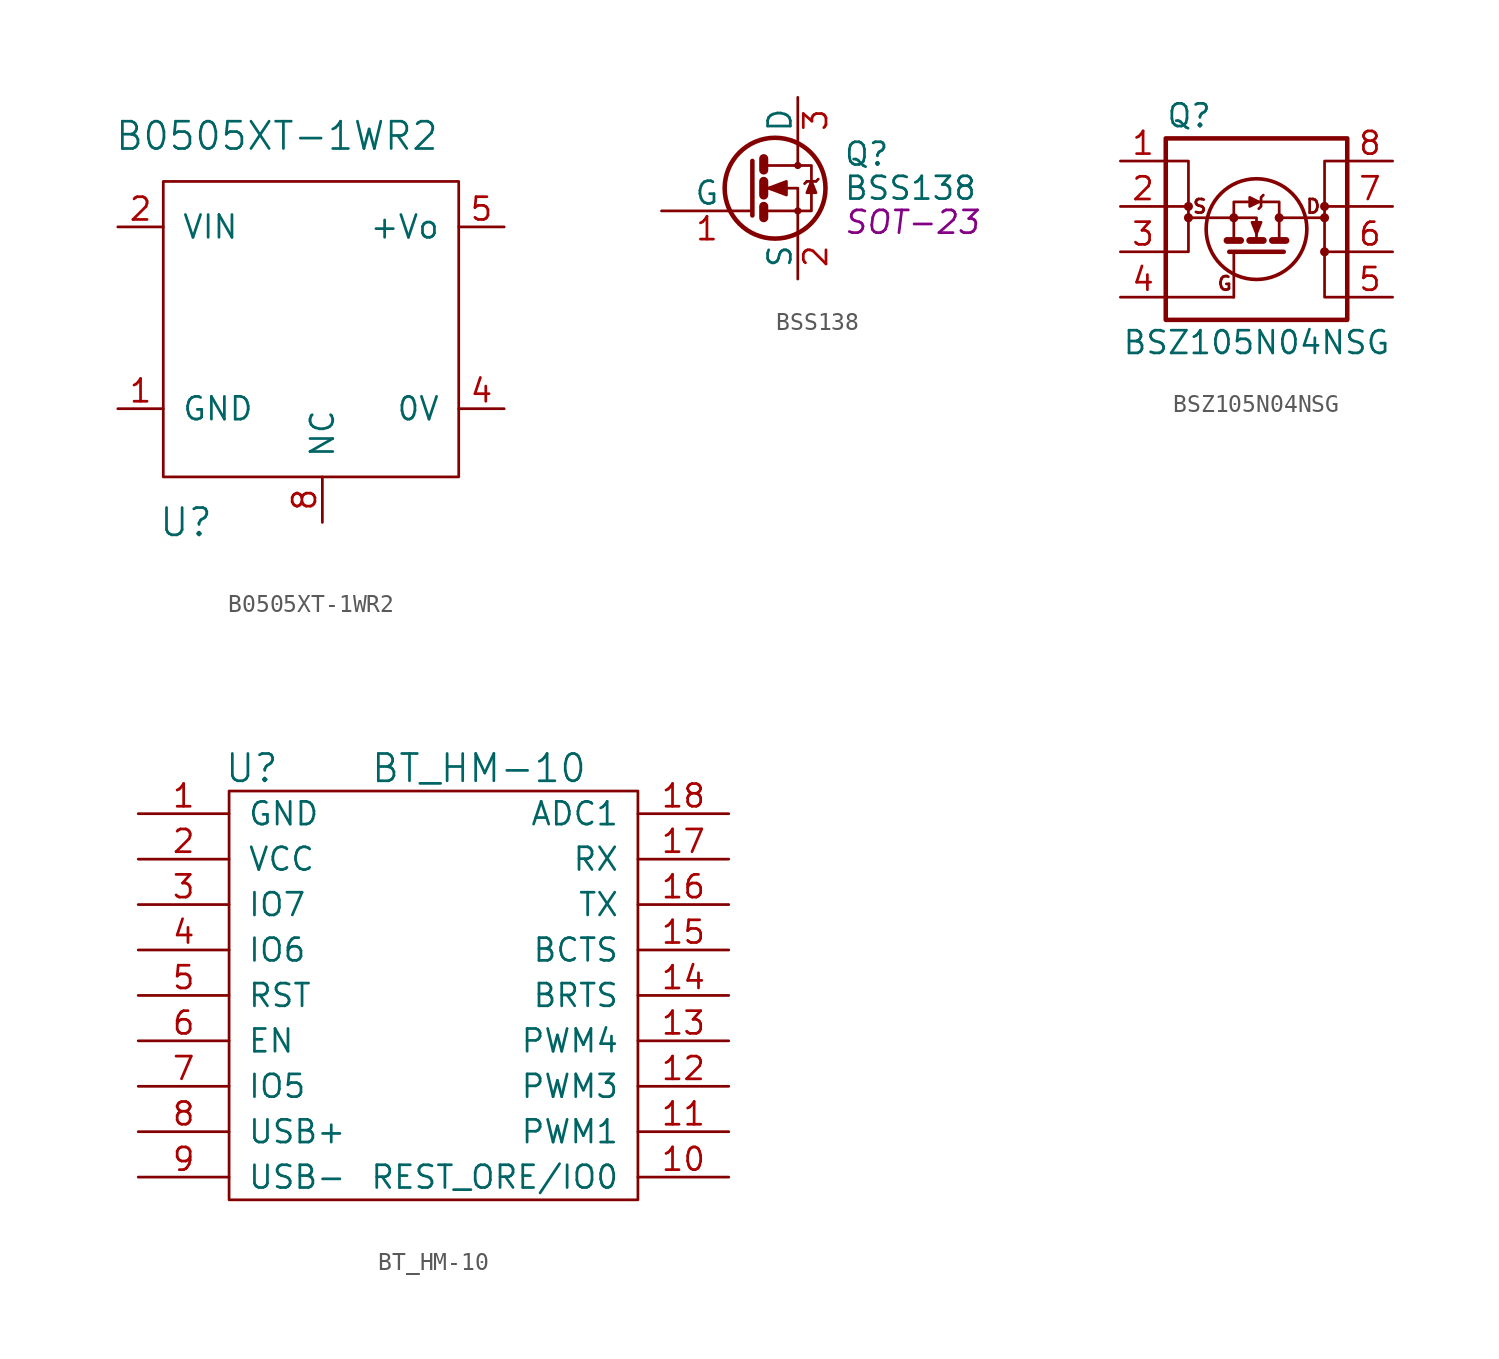
<source format=kicad_sym>
(kicad_symbol_lib
  (version 20220914)
  (generator kicad_symbol_editor)
  (symbol "B0505XT-1WR2"
    (pin_names
      (offset 1.016))
    (property "Reference" "U"
      (at -7.62 -17.78 0)
      (effects (font (size 1.524 1.524))))
    (property "Value" "B0505XT-1WR2"
      (at -2.54 3.81 0)
      (effects (font (size 1.524 1.524))))
    (property "Footprint" ""
      (at 0 1.27 0)
      (effects (font (size 1.524 1.524))))
    (property "Datasheet" ""
      (at 0 1.27 0)
      (effects (font (size 1.524 1.524))))
    (symbol "B0505XT-1WR2_0_1"
      (rectangle (start -8.89 1.27) (end 7.62 -15.24) (stroke (width 0) (type default)) (fill (type none))))
    (symbol "B0505XT-1WR2_1_1"
      (pin input line (at -11.43 -11.43 0) (length 2.54) (name "GND" (effects (font (size 1.27 1.27)))) (number "1" (effects (font (size 1.27 1.27)))))
      (pin input line (at -11.43 -1.27 0) (length 2.54) (name "VIN" (effects (font (size 1.27 1.27)))) (number "2" (effects (font (size 1.27 1.27)))))
      (pin input line (at 10.16 -11.43 180) (length 2.54) (name "0V" (effects (font (size 1.27 1.27)))) (number "4" (effects (font (size 1.27 1.27)))))
      (pin input line (at 10.16 -1.27 180) (length 2.54) (name "+Vo" (effects (font (size 1.27 1.27)))) (number "5" (effects (font (size 1.27 1.27)))))
      (pin input line (at 0 -17.78 90) (length 2.54) (name "NC" (effects (font (size 1.27 1.27)))) (number "8" (effects (font (size 1.27 1.27)))))))
  (symbol "BSS138"
    (pin_names
      (offset 0))
    (property "Reference" "Q"
      (at 2.54 3.175 0)
      (effects (font (size 1.27 1.27)) (justify left)))
    (property "Value" "BSS138"
      (at 2.54 1.27 0)
      (effects (font (size 1.27 1.27)) (justify left)))
    (property "Footprint" "SOT-23"
      (at 2.54 -0.635 0)
      (effects (font (size 1.27 1.27) italic) (justify left)))
    (property "Datasheet" ""
      (at -2.54 1.27 0)
      (effects (font (size 1.27 1.27)) (justify left)))
    (symbol "BSS138_0_1"
      (circle (center -1.27 1.27) (radius 2.819) (stroke (width 0.254) (type default)) (fill (type none)))
      (polyline (pts (xy -1.905 0.254) (xy -1.905 -0.381)) (stroke (width 0.508) (type default)) (fill (type none)))
      (polyline (pts (xy -1.905 1.651) (xy -1.905 0.889)) (stroke (width 0.508) (type default)) (fill (type none)))
      (polyline (pts (xy -1.905 2.921) (xy -1.905 2.286)) (stroke (width 0.508) (type default)) (fill (type none)))
      (polyline (pts (xy 0.508 1.651) (xy 0.381 1.524)) (stroke (width 0) (type default)) (fill (type none)))
      (polyline (pts (xy 0.508 1.651) (xy 1.016 1.651)) (stroke (width 0) (type default)) (fill (type none)))
      (polyline (pts (xy 1.016 1.651) (xy 1.143 1.778)) (stroke (width 0) (type default)) (fill (type none)))
      (polyline (pts (xy -2.54 2.794) (xy -2.54 -0.254) (xy -2.54 -0.254)) (stroke (width 0.254) (type default)) (fill (type none)))
      (polyline (pts (xy -1.778 0) (xy 0 0) (xy 0 -1.27) (xy 0 -1.27)) (stroke (width 0) (type default)) (fill (type none)))
      (polyline (pts (xy -1.778 2.54) (xy 0 2.54) (xy 0 3.81) (xy 0 3.81)) (stroke (width 0) (type default)) (fill (type none)))
      (polyline (pts (xy 0 2.54) (xy 0.762 2.54) (xy 0.762 0) (xy 0 0)) (stroke (width 0) (type default)) (fill (type none)))
      (polyline (pts (xy 0.762 1.651) (xy 0.508 1.016) (xy 1.016 1.016) (xy 0.762 1.651)) (stroke (width 0) (type default)) (fill (type outline)))
      (polyline (pts (xy -1.778 1.27) (xy -1.27 1.27) (xy 0 1.27) (xy 0 0) (xy 0 0)) (stroke (width 0) (type default)) (fill (type none)))
      (polyline (pts (xy -1.651 1.27) (xy -0.635 1.651) (xy -0.635 0.889) (xy -1.651 1.27) (xy -1.524 1.27) (xy -1.524 1.27)) (stroke (width 0) (type default)) (fill (type outline)))
      (circle (center 0 0) (radius 0.127) (stroke (width 0) (type default)) (fill (type none)))
      (circle (center 0 2.54) (radius 0.127) (stroke (width 0) (type default)) (fill (type none))))
    (symbol "BSS138_1_1"
      (pin passive line (at -7.62 0 0) (length 5.08) (name "G" (effects (font (size 1.27 1.27)))) (number "1" (effects (font (size 1.27 1.27)))))
      (pin passive line (at 0 -3.81 90) (length 2.54) (name "S" (effects (font (size 1.27 1.27)))) (number "2" (effects (font (size 1.27 1.27)))))
      (pin passive line (at 0 6.35 270) (length 2.54) (name "D" (effects (font (size 1.27 1.27)))) (number "3" (effects (font (size 1.27 1.27)))))))
  (symbol "BSZ105N04NSG"
    (pin_names
      (offset 0) hide)
    (property "Reference" "Q"
      (at -5.08 7.62 0)
      (effects (font (size 1.27 1.27)) (justify left)))
    (property "Value" "BSZ105N04NSG"
      (at 0 -5.08 0)
      (effects (font (size 1.27 1.27))))
    (property "Footprint" ""
      (at 0 5.08 0)
      (effects (font (size 1.27 1.27) italic)))
    (property "Datasheet" ""
      (at 0 0 90)
      (effects (font (size 1.27 1.27)) (justify left)))
    (symbol "BSZ105N04NSG_0_0"
      (circle (center -3.81 1.905) (radius 0.127) (stroke (width 0.254) (type default)) (fill (type none)))
      (circle (center -1.27 1.905) (radius 0.127) (stroke (width 0.254) (type default)) (fill (type none)))
      (polyline (pts (xy -5.08 2.54) (xy -3.81 2.54)) (stroke (width 0) (type default)) (fill (type none)))
      (polyline (pts (xy -1.27 1.905) (xy -3.81 1.905)) (stroke (width 0) (type default)) (fill (type none)))
      (polyline (pts (xy 5.08 2.54) (xy 3.81 2.54)) (stroke (width 0) (type default)) (fill (type none)))
      (polyline (pts (xy -1.27 0.635) (xy -1.27 2.794) (xy 1.27 2.794) (xy 1.27 0.635)) (stroke (width 0) (type default)) (fill (type none)))
      (polyline (pts (xy 0.127 2.794) (xy -0.381 3.048) (xy -0.381 2.54) (xy 0.127 2.794)) (stroke (width 0) (type default)) (fill (type outline)))
      (polyline (pts (xy 0.381 3.175) (xy 0.254 3.048) (xy 0.254 2.54) (xy 0.127 2.413)) (stroke (width 0) (type default)) (fill (type none)))
      (circle (center 1.27 1.905) (radius 0.127) (stroke (width 0.254) (type default)) (fill (type none)))
      (circle (center 3.81 1.905) (radius 0.127) (stroke (width 0.254) (type default)) (fill (type none)))
      (text "D" (at 3.175 2.54 0) (effects (font (size 0.762 0.762))))
      (text "G" (at -1.778 -1.778 0) (effects (font (size 0.762 0.762))))
      (text "S" (at -3.175 2.54 0) (effects (font (size 0.762 0.762)))))
    (symbol "BSZ105N04NSG_0_1"
      (rectangle (start -5.08 6.35) (end 5.08 -3.81) (stroke (width 0.254) (type default)) (fill (type none)))
      (circle (center -3.81 2.54) (radius 0.127) (stroke (width 0.254) (type default)) (fill (type none)))
      (polyline (pts (xy -5.08 -2.54) (xy -1.27 -2.54)) (stroke (width 0) (type default)) (fill (type none)))
      (polyline (pts (xy -1.651 0.635) (xy -0.889 0.635)) (stroke (width 0.381) (type default)) (fill (type none)))
      (polyline (pts (xy -1.27 -2.54) (xy -1.27 0)) (stroke (width 0) (type default)) (fill (type none)))
      (polyline (pts (xy -0.381 0.635) (xy 0.381 0.635)) (stroke (width 0.381) (type default)) (fill (type none)))
      (polyline (pts (xy 0.889 0.635) (xy 1.651 0.635)) (stroke (width 0.381) (type default)) (fill (type none)))
      (polyline (pts (xy 1.27 1.905) (xy 3.81 1.905)) (stroke (width 0) (type default)) (fill (type none)))
      (polyline (pts (xy 5.08 0) (xy 3.81 0)) (stroke (width 0) (type default)) (fill (type none)))
      (polyline (pts (xy -1.524 0) (xy 1.524 0) (xy 1.524 0)) (stroke (width 0.254) (type default)) (fill (type none)))
      (polyline (pts (xy 0 0.635) (xy 0 1.905) (xy -1.27 1.905)) (stroke (width 0) (type default)) (fill (type none)))
      (polyline (pts (xy -5.08 0) (xy -3.81 0) (xy -3.81 5.08) (xy -5.08 5.08)) (stroke (width 0) (type default)) (fill (type none)))
      (polyline (pts (xy -0.254 1.651) (xy 0.254 1.651) (xy 0 1.016) (xy -0.254 1.651)) (stroke (width 0) (type default)) (fill (type outline)))
      (polyline (pts (xy 5.08 5.08) (xy 3.81 5.08) (xy 3.81 -2.54) (xy 5.08 -2.54)) (stroke (width 0) (type default)) (fill (type none)))
      (circle (center 0 1.27) (radius 2.819) (stroke (width 0.203) (type default)) (fill (type none)))
      (circle (center 3.81 0) (radius 0.127) (stroke (width 0.254) (type default)) (fill (type none)))
      (circle (center 3.81 2.54) (radius 0.127) (stroke (width 0.254) (type default)) (fill (type none))))
    (symbol "BSZ105N04NSG_1_1"
      (pin passive line (at -7.62 5.08 0) (length 2.54) (name "S" (effects (font (size 1.27 1.27)))) (number "1" (effects (font (size 1.27 1.27)))))
      (pin passive line (at -7.62 2.54 0) (length 2.54) (name "S" (effects (font (size 1.27 1.27)))) (number "2" (effects (font (size 1.27 1.27)))))
      (pin passive line (at -7.62 0 0) (length 2.54) (name "S" (effects (font (size 1.27 1.27)))) (number "3" (effects (font (size 1.27 1.27)))))
      (pin passive line (at -7.62 -2.54 0) (length 2.54) (name "G" (effects (font (size 1.27 1.27)))) (number "4" (effects (font (size 1.27 1.27)))))
      (pin passive line (at 7.62 -2.54 180) (length 2.54) (name "D" (effects (font (size 1.27 1.27)))) (number "5" (effects (font (size 1.27 1.27)))))
      (pin passive line (at 7.62 0 180) (length 2.54) (name "D" (effects (font (size 1.27 1.27)))) (number "6" (effects (font (size 1.27 1.27)))))
      (pin passive line (at 7.62 2.54 180) (length 2.54) (name "D" (effects (font (size 1.27 1.27)))) (number "7" (effects (font (size 1.27 1.27)))))
      (pin passive line (at 7.62 5.08 180) (length 2.54) (name "D" (effects (font (size 1.27 1.27)))) (number "8" (effects (font (size 1.27 1.27)))))))
  (symbol "BT_HM-10"
    (pin_names
      (offset 1.016))
    (property "Reference" "U"
      (at -11.43 12.7 0)
      (effects (font (size 1.524 1.524))))
    (property "Value" "BT_HM-10"
      (at 1.27 12.7 0)
      (effects (font (size 1.524 1.524))))
    (property "Footprint" ""
      (at -7.62 3.81 0)
      (effects (font (size 1.524 1.524))))
    (property "Datasheet" ""
      (at -7.62 3.81 0)
      (effects (font (size 1.524 1.524))))
    (symbol "BT_HM-10_0_1"
      (rectangle (start -12.7 11.43) (end 10.16 -11.43) (stroke (width 0) (type default)) (fill (type none))))
    (symbol "BT_HM-10_1_1"
      (pin bidirectional line (at -17.78 10.16 0) (length 5.08) (name "GND" (effects (font (size 1.27 1.27)))) (number "1" (effects (font (size 1.27 1.27)))))
      (pin bidirectional line (at 15.24 -10.16 180) (length 5.08) (name "REST_ORE/IO0" (effects (font (size 1.27 1.27)))) (number "10" (effects (font (size 1.27 1.27)))))
      (pin bidirectional line (at 15.24 -7.62 180) (length 5.08) (name "PWM1" (effects (font (size 1.27 1.27)))) (number "11" (effects (font (size 1.27 1.27)))))
      (pin bidirectional line (at 15.24 -5.08 180) (length 5.08) (name "PWM3" (effects (font (size 1.27 1.27)))) (number "12" (effects (font (size 1.27 1.27)))))
      (pin bidirectional line (at 15.24 -2.54 180) (length 5.08) (name "PWM4" (effects (font (size 1.27 1.27)))) (number "13" (effects (font (size 1.27 1.27)))))
      (pin bidirectional line (at 15.24 0 180) (length 5.08) (name "BRTS" (effects (font (size 1.27 1.27)))) (number "14" (effects (font (size 1.27 1.27)))))
      (pin bidirectional line (at 15.24 2.54 180) (length 5.08) (name "BCTS" (effects (font (size 1.27 1.27)))) (number "15" (effects (font (size 1.27 1.27)))))
      (pin bidirectional line (at 15.24 5.08 180) (length 5.08) (name "TX" (effects (font (size 1.27 1.27)))) (number "16" (effects (font (size 1.27 1.27)))))
      (pin bidirectional line (at 15.24 7.62 180) (length 5.08) (name "RX" (effects (font (size 1.27 1.27)))) (number "17" (effects (font (size 1.27 1.27)))))
      (pin bidirectional line (at 15.24 10.16 180) (length 5.08) (name "ADC1" (effects (font (size 1.27 1.27)))) (number "18" (effects (font (size 1.27 1.27)))))
      (pin bidirectional line (at -17.78 7.62 0) (length 5.08) (name "VCC" (effects (font (size 1.27 1.27)))) (number "2" (effects (font (size 1.27 1.27)))))
      (pin bidirectional line (at -17.78 5.08 0) (length 5.08) (name "IO7" (effects (font (size 1.27 1.27)))) (number "3" (effects (font (size 1.27 1.27)))))
      (pin bidirectional line (at -17.78 2.54 0) (length 5.08) (name "IO6" (effects (font (size 1.27 1.27)))) (number "4" (effects (font (size 1.27 1.27)))))
      (pin bidirectional line (at -17.78 0 0) (length 5.08) (name "RST" (effects (font (size 1.27 1.27)))) (number "5" (effects (font (size 1.27 1.27)))))
      (pin bidirectional line (at -17.78 -2.54 0) (length 5.08) (name "EN" (effects (font (size 1.27 1.27)))) (number "6" (effects (font (size 1.27 1.27)))))
      (pin bidirectional line (at -17.78 -5.08 0) (length 5.08) (name "IO5" (effects (font (size 1.27 1.27)))) (number "7" (effects (font (size 1.27 1.27)))))
      (pin bidirectional line (at -17.78 -7.62 0) (length 5.08) (name "USB+" (effects (font (size 1.27 1.27)))) (number "8" (effects (font (size 1.27 1.27)))))
      (pin bidirectional line (at -17.78 -10.16 0) (length 5.08) (name "USB-" (effects (font (size 1.27 1.27)))) (number "9" (effects (font (size 1.27 1.27))))))))
</source>
